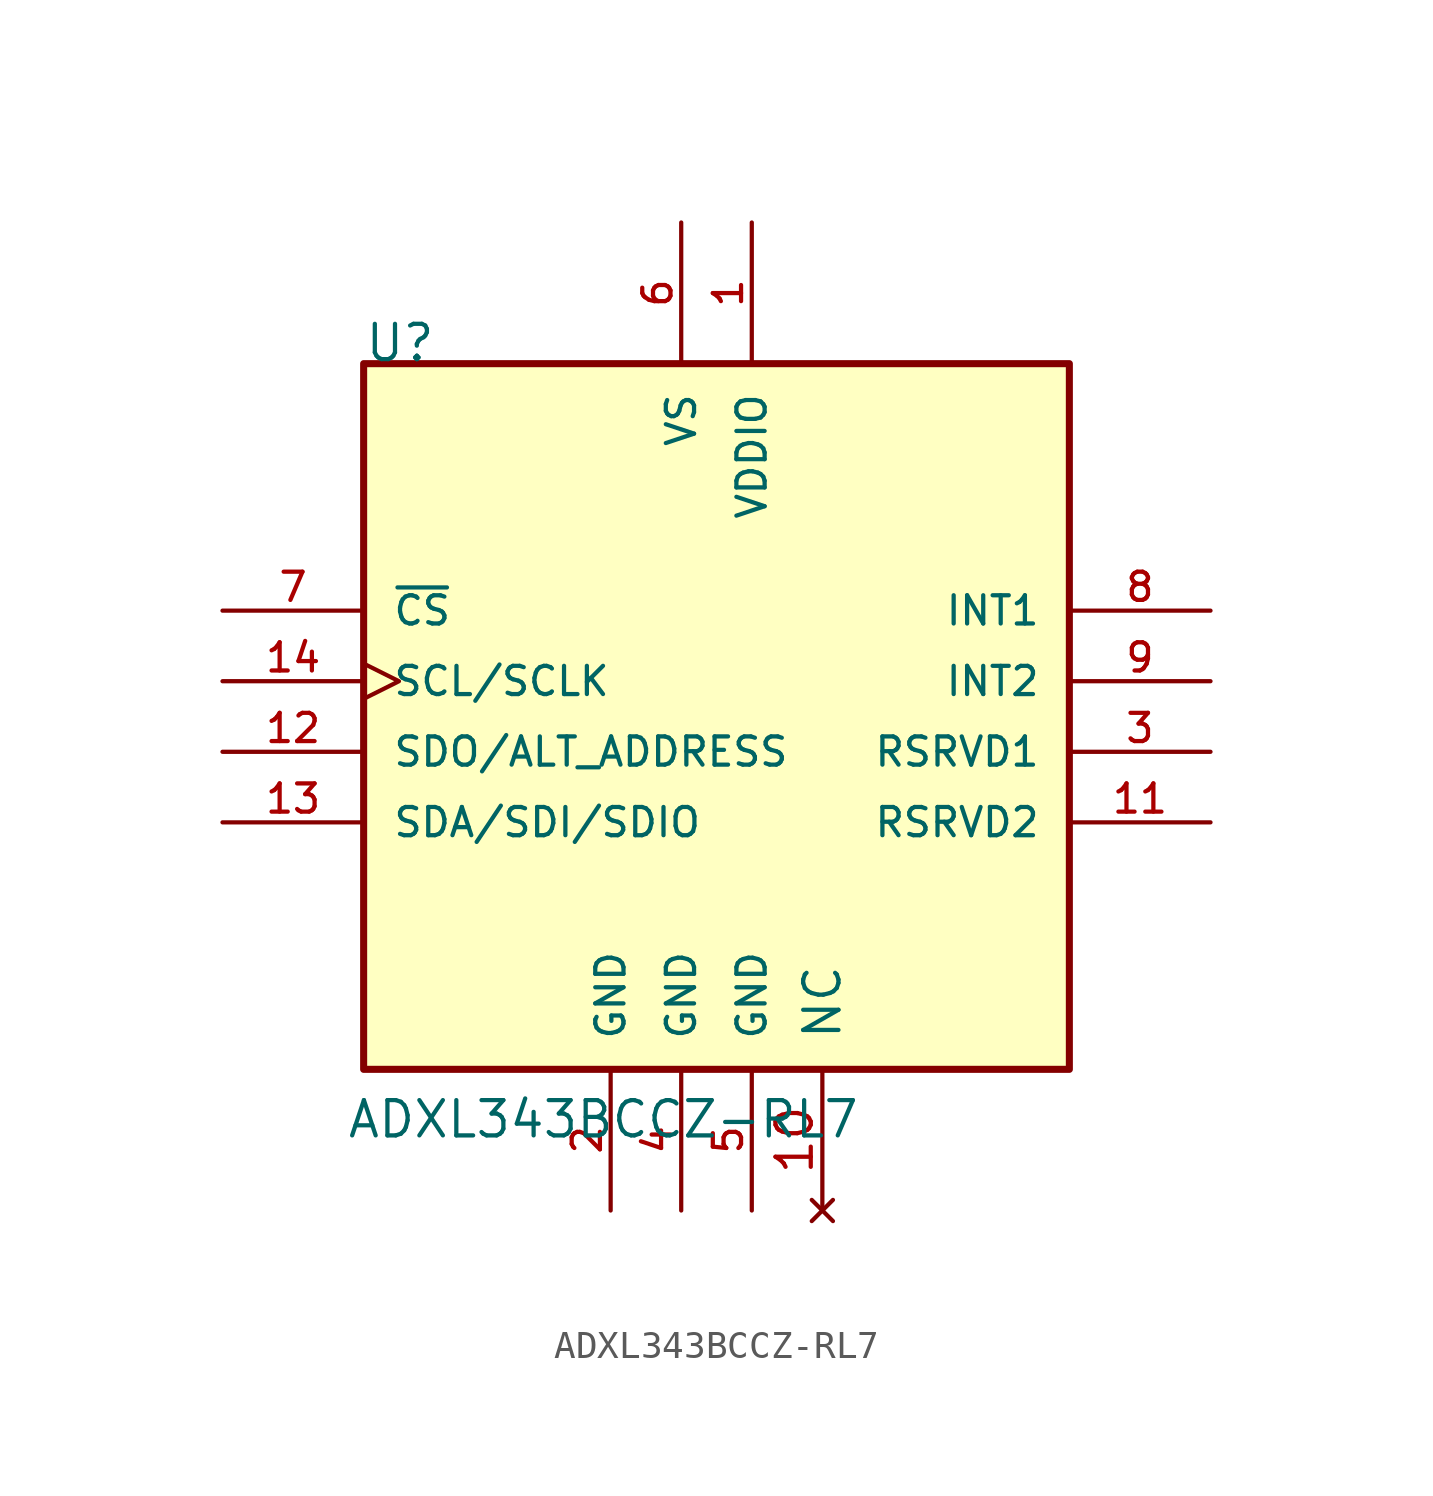
<source format=kicad_sym>
(kicad_symbol_lib
  (version 20211014)
  (generator kicad_symbol_editor)
  (symbol "ADXL343BCCZ-RL7"
    (pin_names
      (offset 1.016))
    (property "Reference" "U"
      (at -12.7 12.7 0)
      (effects (font (size 1.27 1.27)) (justify left bottom)))
    (property "Value" "ADXL343BCCZ-RL7"
      (at -13.335 -15.24 0)
      (effects (font (size 1.27 1.27)) (justify left bottom)))
    (symbol "ADXL343BCCZ-RL7_0_0"
      (rectangle (start -12.7 12.7) (end 12.7 -12.7) (stroke (width 0.254) (type default) (color 0 0 0 0)) (fill (type background)))
      (pin power_in line (at 1.27 17.78 270) (length 5.08) (name "VDDIO" (effects (font (size 1.016 1.016)))) (number "1" (effects (font (size 1.016 1.016)))))
      (pin passive line (at 17.78 -3.81 180) (length 5.08) (name "RSRVD2" (effects (font (size 1.016 1.016)))) (number "11" (effects (font (size 1.016 1.016)))))
      (pin bidirectional line (at -17.78 -1.27 0) (length 5.08) (name "SDO/ALT_ADDRESS" (effects (font (size 1.016 1.016)))) (number "12" (effects (font (size 1.016 1.016)))))
      (pin bidirectional line (at -17.78 -3.81 0) (length 5.08) (name "SDA/SDI/SDIO" (effects (font (size 1.016 1.016)))) (number "13" (effects (font (size 1.016 1.016)))))
      (pin input clock (at -17.78 1.27 0) (length 5.08) (name "SCL/SCLK" (effects (font (size 1.016 1.016)))) (number "14" (effects (font (size 1.016 1.016)))))
      (pin power_in line (at -3.81 -17.78 90) (length 5.08) (name "GND" (effects (font (size 1.016 1.016)))) (number "2" (effects (font (size 1.016 1.016)))))
      (pin passive line (at 17.78 -1.27 180) (length 5.08) (name "RSRVD1" (effects (font (size 1.016 1.016)))) (number "3" (effects (font (size 1.016 1.016)))))
      (pin power_in line (at -1.27 -17.78 90) (length 5.08) (name "GND" (effects (font (size 1.016 1.016)))) (number "4" (effects (font (size 1.016 1.016)))))
      (pin power_in line (at 1.27 -17.78 90) (length 5.08) (name "GND" (effects (font (size 1.016 1.016)))) (number "5" (effects (font (size 1.016 1.016)))))
      (pin power_in line (at -1.27 17.78 270) (length 5.08) (name "VS" (effects (font (size 1.016 1.016)))) (number "6" (effects (font (size 1.016 1.016)))))
      (pin input line (at -17.78 3.81 0) (length 5.08) (name "~{CS}" (effects (font (size 1.016 1.016)))) (number "7" (effects (font (size 1.016 1.016)))))
      (pin output line (at 17.78 3.81 180) (length 5.08) (name "INT1" (effects (font (size 1.016 1.016)))) (number "8" (effects (font (size 1.016 1.016)))))
      (pin output line (at 17.78 1.27 180) (length 5.08) (name "INT2" (effects (font (size 1.016 1.016)))) (number "9" (effects (font (size 1.016 1.016))))))
    (symbol "ADXL343BCCZ-RL7_0_1"
      (pin no_connect line (at 3.81 -17.78 90) (length 5.08) (name "NC" (effects (font (size 1.27 1.27)))) (number "10" (effects (font (size 1.27 1.27))))))))
</source>
